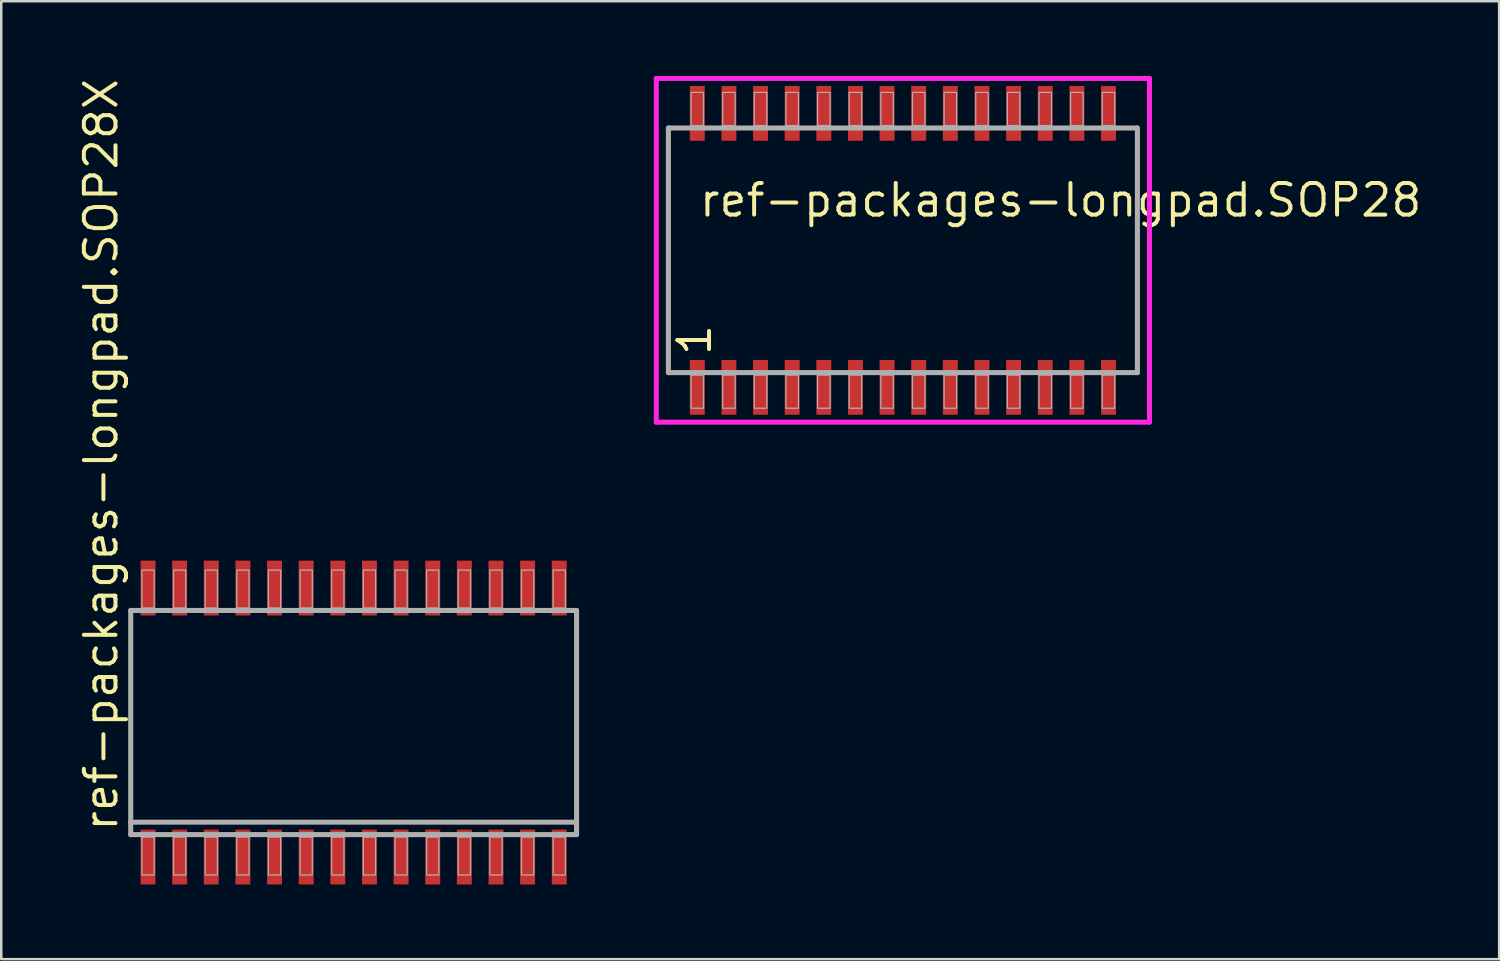
<source format=kicad_pcb>
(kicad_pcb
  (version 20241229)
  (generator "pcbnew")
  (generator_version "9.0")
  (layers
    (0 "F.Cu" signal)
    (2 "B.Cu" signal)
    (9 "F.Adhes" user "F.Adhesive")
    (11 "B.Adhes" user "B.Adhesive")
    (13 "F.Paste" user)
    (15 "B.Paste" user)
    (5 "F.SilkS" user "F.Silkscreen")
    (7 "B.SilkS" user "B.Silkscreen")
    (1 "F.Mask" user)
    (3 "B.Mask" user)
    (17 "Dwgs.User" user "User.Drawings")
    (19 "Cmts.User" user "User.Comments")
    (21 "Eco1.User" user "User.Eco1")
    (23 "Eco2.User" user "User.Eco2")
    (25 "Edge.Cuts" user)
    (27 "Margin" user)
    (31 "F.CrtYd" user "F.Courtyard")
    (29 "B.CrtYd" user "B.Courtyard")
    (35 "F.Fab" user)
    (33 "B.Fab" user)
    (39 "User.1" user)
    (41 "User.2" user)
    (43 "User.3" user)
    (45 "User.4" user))
  (footprint "ref-packages-longpad.SOP28"
    (layer "F.Cu")
    (at 33.2 7)
    (property "Reference" "ref-packages-longpad.SOP28" (at -8.255 -1.27 0) (layer "F.SilkS") (effects (font (size 1.27 1.27) (thickness 0.16)) (justify left bottom)))
    (attr smd)
    (fp_line (start -9.9 -6.9) (end 9.9 -6.9) (stroke (width 0.2) (type default)) (layer "F.CrtYd"))
    (fp_line (start -9.9 6.9) (end -9.9 -6.9) (stroke (width 0.2) (type default)) (layer "F.CrtYd"))
    (fp_line (start 9.9 -6.9) (end 9.9 6.9) (stroke (width 0.2) (type default)) (layer "F.CrtYd"))
    (fp_line (start 9.9 6.9) (end -9.9 6.9) (stroke (width 0.2) (type default)) (layer "F.CrtYd"))
    (fp_line (start -9.415 -4.91) (end 9.415 -4.91) (stroke (width 0.203) (type default)) (layer "F.Fab"))
    (fp_line (start -9.415 4.91) (end -9.415 -4.91) (stroke (width 0.203) (type default)) (layer "F.Fab"))
    (fp_line (start 9.415 -4.91) (end 9.415 4.91) (stroke (width 0.203) (type default)) (layer "F.Fab"))
    (fp_line (start 9.415 4.91) (end -9.415 4.91) (stroke (width 0.203) (type default)) (layer "F.Fab"))
    (fp_rect (start -8.505 -5.01) (end -8.005 -6.34) (stroke (width 0.05) (type default)) (fill no) (layer "F.Fab"))
    (fp_rect (start -8.505 6.34) (end -8.005 5.01) (stroke (width 0.05) (type default)) (fill no) (layer "F.Fab"))
    (fp_rect (start -7.235 -5.01) (end -6.735 -6.34) (stroke (width 0.05) (type default)) (fill no) (layer "F.Fab"))
    (fp_rect (start -7.235 6.34) (end -6.735 5.01) (stroke (width 0.05) (type default)) (fill no) (layer "F.Fab"))
    (fp_rect (start -5.965 -5.01) (end -5.465 -6.34) (stroke (width 0.05) (type default)) (fill no) (layer "F.Fab"))
    (fp_rect (start -5.965 6.34) (end -5.465 5.01) (stroke (width 0.05) (type default)) (fill no) (layer "F.Fab"))
    (fp_rect (start -4.695 -5.01) (end -4.195 -6.34) (stroke (width 0.05) (type default)) (fill no) (layer "F.Fab"))
    (fp_rect (start -4.695 6.34) (end -4.195 5.01) (stroke (width 0.05) (type default)) (fill no) (layer "F.Fab"))
    (fp_rect (start -3.425 -5.01) (end -2.925 -6.34) (stroke (width 0.05) (type default)) (fill no) (layer "F.Fab"))
    (fp_rect (start -3.425 6.34) (end -2.925 5.01) (stroke (width 0.05) (type default)) (fill no) (layer "F.Fab"))
    (fp_rect (start -2.155 -5.01) (end -1.655 -6.34) (stroke (width 0.05) (type default)) (fill no) (layer "F.Fab"))
    (fp_rect (start -2.155 6.34) (end -1.655 5.01) (stroke (width 0.05) (type default)) (fill no) (layer "F.Fab"))
    (fp_rect (start -0.885 -5.01) (end -0.385 -6.34) (stroke (width 0.05) (type default)) (fill no) (layer "F.Fab"))
    (fp_rect (start -0.885 6.34) (end -0.385 5.01) (stroke (width 0.05) (type default)) (fill no) (layer "F.Fab"))
    (fp_rect (start 0.385 -5.01) (end 0.885 -6.34) (stroke (width 0.05) (type default)) (fill no) (layer "F.Fab"))
    (fp_rect (start 0.385 6.34) (end 0.885 5.01) (stroke (width 0.05) (type default)) (fill no) (layer "F.Fab"))
    (fp_rect (start 1.655 -5.01) (end 2.155 -6.34) (stroke (width 0.05) (type default)) (fill no) (layer "F.Fab"))
    (fp_rect (start 1.655 6.34) (end 2.155 5.01) (stroke (width 0.05) (type default)) (fill no) (layer "F.Fab"))
    (fp_rect (start 2.925 -5.01) (end 3.425 -6.34) (stroke (width 0.05) (type default)) (fill no) (layer "F.Fab"))
    (fp_rect (start 2.925 6.34) (end 3.425 5.01) (stroke (width 0.05) (type default)) (fill no) (layer "F.Fab"))
    (fp_rect (start 4.195 -5.01) (end 4.695 -6.34) (stroke (width 0.05) (type default)) (fill no) (layer "F.Fab"))
    (fp_rect (start 4.195 6.34) (end 4.695 5.01) (stroke (width 0.05) (type default)) (fill no) (layer "F.Fab"))
    (fp_rect (start 5.465 -5.01) (end 5.965 -6.34) (stroke (width 0.05) (type default)) (fill no) (layer "F.Fab"))
    (fp_rect (start 5.465 6.34) (end 5.965 5.01) (stroke (width 0.05) (type default)) (fill no) (layer "F.Fab"))
    (fp_rect (start 6.735 -5.01) (end 7.235 -6.34) (stroke (width 0.05) (type default)) (fill no) (layer "F.Fab"))
    (fp_rect (start 6.735 6.34) (end 7.235 5.01) (stroke (width 0.05) (type default)) (fill no) (layer "F.Fab"))
    (fp_rect (start 8.005 -5.01) (end 8.505 -6.34) (stroke (width 0.05) (type default)) (fill no) (layer "F.Fab"))
    (fp_rect (start 8.005 6.34) (end 8.505 5.01) (stroke (width 0.05) (type default)) (fill no) (layer "F.Fab"))
    (fp_text user "1" (at -7.62 4.31 90) (layer "F.SilkS") (effects (font (size 1.27 1.27) (thickness 0.16)) (justify left bottom)))
    (pad "1" smd roundrect (at -8.255 5.5) (size 0.6 2.2) (layers "F.Cu" "F.Mask" "F.Paste") (roundrect_rratio 0.01))
    (pad "2" smd roundrect (at -6.985 5.5) (size 0.6 2.2) (layers "F.Cu" "F.Mask" "F.Paste") (roundrect_rratio 0.01))
    (pad "3" smd roundrect (at -5.715 5.5) (size 0.6 2.2) (layers "F.Cu" "F.Mask" "F.Paste") (roundrect_rratio 0.01))
    (pad "4" smd roundrect (at -4.445 5.5) (size 0.6 2.2) (layers "F.Cu" "F.Mask" "F.Paste") (roundrect_rratio 0.01))
    (pad "5" smd roundrect (at -3.175 5.5) (size 0.6 2.2) (layers "F.Cu" "F.Mask" "F.Paste") (roundrect_rratio 0.01))
    (pad "6" smd roundrect (at -1.905 5.5) (size 0.6 2.2) (layers "F.Cu" "F.Mask" "F.Paste") (roundrect_rratio 0.01))
    (pad "7" smd roundrect (at -0.635 5.5) (size 0.6 2.2) (layers "F.Cu" "F.Mask" "F.Paste") (roundrect_rratio 0.01))
    (pad "8" smd roundrect (at 0.635 5.5) (size 0.6 2.2) (layers "F.Cu" "F.Mask" "F.Paste") (roundrect_rratio 0.01))
    (pad "9" smd roundrect (at 1.905 5.5) (size 0.6 2.2) (layers "F.Cu" "F.Mask" "F.Paste") (roundrect_rratio 0.01))
    (pad "10" smd roundrect (at 3.175 5.5) (size 0.6 2.2) (layers "F.Cu" "F.Mask" "F.Paste") (roundrect_rratio 0.01))
    (pad "11" smd roundrect (at 4.445 5.5) (size 0.6 2.2) (layers "F.Cu" "F.Mask" "F.Paste") (roundrect_rratio 0.01))
    (pad "12" smd roundrect (at 5.715 5.5) (size 0.6 2.2) (layers "F.Cu" "F.Mask" "F.Paste") (roundrect_rratio 0.01))
    (pad "13" smd roundrect (at 6.985 5.5) (size 0.6 2.2) (layers "F.Cu" "F.Mask" "F.Paste") (roundrect_rratio 0.01))
    (pad "14" smd roundrect (at 8.255 5.5) (size 0.6 2.2) (layers "F.Cu" "F.Mask" "F.Paste") (roundrect_rratio 0.01))
    (pad "15" smd roundrect (at 8.255 -5.5) (size 0.6 2.2) (layers "F.Cu" "F.Mask" "F.Paste") (roundrect_rratio 0.01))
    (pad "16" smd roundrect (at 6.985 -5.5) (size 0.6 2.2) (layers "F.Cu" "F.Mask" "F.Paste") (roundrect_rratio 0.01))
    (pad "17" smd roundrect (at 5.715 -5.5) (size 0.6 2.2) (layers "F.Cu" "F.Mask" "F.Paste") (roundrect_rratio 0.01))
    (pad "18" smd roundrect (at 4.445 -5.5) (size 0.6 2.2) (layers "F.Cu" "F.Mask" "F.Paste") (roundrect_rratio 0.01))
    (pad "19" smd roundrect (at 3.175 -5.5) (size 0.6 2.2) (layers "F.Cu" "F.Mask" "F.Paste") (roundrect_rratio 0.01))
    (pad "20" smd roundrect (at 1.905 -5.5) (size 0.6 2.2) (layers "F.Cu" "F.Mask" "F.Paste") (roundrect_rratio 0.01))
    (pad "21" smd roundrect (at 0.635 -5.5) (size 0.6 2.2) (layers "F.Cu" "F.Mask" "F.Paste") (roundrect_rratio 0.01))
    (pad "22" smd roundrect (at -0.635 -5.5) (size 0.6 2.2) (layers "F.Cu" "F.Mask" "F.Paste") (roundrect_rratio 0.01))
    (pad "23" smd roundrect (at -1.905 -5.5) (size 0.6 2.2) (layers "F.Cu" "F.Mask" "F.Paste") (roundrect_rratio 0.01))
    (pad "24" smd roundrect (at -3.175 -5.5) (size 0.6 2.2) (layers "F.Cu" "F.Mask" "F.Paste") (roundrect_rratio 0.01))
    (pad "25" smd roundrect (at -4.445 -5.5) (size 0.6 2.2) (layers "F.Cu" "F.Mask" "F.Paste") (roundrect_rratio 0.01))
    (pad "26" smd roundrect (at -5.715 -5.5) (size 0.6 2.2) (layers "F.Cu" "F.Mask" "F.Paste") (roundrect_rratio 0.01))
    (pad "27" smd roundrect (at -6.985 -5.5) (size 0.6 2.2) (layers "F.Cu" "F.Mask" "F.Paste") (roundrect_rratio 0.01))
    (pad "28" smd roundrect (at -8.255 -5.5) (size 0.6 2.2) (layers "F.Cu" "F.Mask" "F.Paste") (roundrect_rratio 0.01)))
  (footprint "ref-packages-longpad.SOP28X"
    (layer "F.Cu")
    (at 11.148 25.959)
    (property "Reference" "ref-packages-longpad.SOP28X" (at -9.398 4.445 90) (layer "F.SilkS") (effects (font (size 1.27 1.27) (thickness 0.16)) (justify left bottom)))
    (attr smd)
    (fp_line (start -8.95 -4.5) (end 8.95 -4.5) (stroke (width 0.203) (type default)) (layer "F.Fab"))
    (fp_line (start -8.95 4) (end -8.95 -4.5) (stroke (width 0.203) (type default)) (layer "F.Fab"))
    (fp_line (start -8.95 4.5) (end -8.95 4) (stroke (width 0.203) (type default)) (layer "F.Fab"))
    (fp_line (start 8.95 -4.5) (end 8.95 4) (stroke (width 0.203) (type default)) (layer "F.Fab"))
    (fp_line (start 8.95 4) (end -8.95 4) (stroke (width 0.203) (type default)) (layer "F.Fab"))
    (fp_line (start 8.95 4) (end 8.95 4.5) (stroke (width 0.203) (type default)) (layer "F.Fab"))
    (fp_line (start 8.95 4.5) (end -8.95 4.5) (stroke (width 0.203) (type default)) (layer "F.Fab"))
    (fp_rect (start -8.5 -4.6) (end -8.01 -6.12) (stroke (width 0.05) (type default)) (fill no) (layer "F.Fab"))
    (fp_rect (start -8.5 6.12) (end -8.01 4.6) (stroke (width 0.05) (type default)) (fill no) (layer "F.Fab"))
    (fp_rect (start -7.23 -4.6) (end -6.74 -6.12) (stroke (width 0.05) (type default)) (fill no) (layer "F.Fab"))
    (fp_rect (start -7.23 6.12) (end -6.74 4.6) (stroke (width 0.05) (type default)) (fill no) (layer "F.Fab"))
    (fp_rect (start -5.96 -4.6) (end -5.47 -6.12) (stroke (width 0.05) (type default)) (fill no) (layer "F.Fab"))
    (fp_rect (start -5.96 6.12) (end -5.47 4.6) (stroke (width 0.05) (type default)) (fill no) (layer "F.Fab"))
    (fp_rect (start -4.69 -4.6) (end -4.2 -6.12) (stroke (width 0.05) (type default)) (fill no) (layer "F.Fab"))
    (fp_rect (start -4.69 6.12) (end -4.2 4.6) (stroke (width 0.05) (type default)) (fill no) (layer "F.Fab"))
    (fp_rect (start -3.42 -4.6) (end -2.93 -6.12) (stroke (width 0.05) (type default)) (fill no) (layer "F.Fab"))
    (fp_rect (start -3.42 6.12) (end -2.93 4.6) (stroke (width 0.05) (type default)) (fill no) (layer "F.Fab"))
    (fp_rect (start -2.15 -4.6) (end -1.66 -6.12) (stroke (width 0.05) (type default)) (fill no) (layer "F.Fab"))
    (fp_rect (start -2.15 6.12) (end -1.66 4.6) (stroke (width 0.05) (type default)) (fill no) (layer "F.Fab"))
    (fp_rect (start -0.88 -4.6) (end -0.39 -6.12) (stroke (width 0.05) (type default)) (fill no) (layer "F.Fab"))
    (fp_rect (start -0.88 6.12) (end -0.39 4.6) (stroke (width 0.05) (type default)) (fill no) (layer "F.Fab"))
    (fp_rect (start 0.39 -4.6) (end 0.88 -6.12) (stroke (width 0.05) (type default)) (fill no) (layer "F.Fab"))
    (fp_rect (start 0.39 6.12) (end 0.88 4.6) (stroke (width 0.05) (type default)) (fill no) (layer "F.Fab"))
    (fp_rect (start 1.66 -4.6) (end 2.15 -6.12) (stroke (width 0.05) (type default)) (fill no) (layer "F.Fab"))
    (fp_rect (start 1.66 6.12) (end 2.15 4.6) (stroke (width 0.05) (type default)) (fill no) (layer "F.Fab"))
    (fp_rect (start 2.93 -4.6) (end 3.42 -6.12) (stroke (width 0.05) (type default)) (fill no) (layer "F.Fab"))
    (fp_rect (start 2.93 6.12) (end 3.42 4.6) (stroke (width 0.05) (type default)) (fill no) (layer "F.Fab"))
    (fp_rect (start 4.2 -4.6) (end 4.69 -6.12) (stroke (width 0.05) (type default)) (fill no) (layer "F.Fab"))
    (fp_rect (start 4.2 6.12) (end 4.69 4.6) (stroke (width 0.05) (type default)) (fill no) (layer "F.Fab"))
    (fp_rect (start 5.47 -4.6) (end 5.96 -6.12) (stroke (width 0.05) (type default)) (fill no) (layer "F.Fab"))
    (fp_rect (start 5.47 6.12) (end 5.96 4.6) (stroke (width 0.05) (type default)) (fill no) (layer "F.Fab"))
    (fp_rect (start 6.74 -4.6) (end 7.23 -6.12) (stroke (width 0.05) (type default)) (fill no) (layer "F.Fab"))
    (fp_rect (start 6.74 6.12) (end 7.23 4.6) (stroke (width 0.05) (type default)) (fill no) (layer "F.Fab"))
    (fp_rect (start 8.01 -4.6) (end 8.5 -6.12) (stroke (width 0.05) (type default)) (fill no) (layer "F.Fab"))
    (fp_rect (start 8.01 6.12) (end 8.5 4.6) (stroke (width 0.05) (type default)) (fill no) (layer "F.Fab"))
    (pad "1" smd roundrect (at -8.255 5.4) (size 0.6 2.2) (layers "F.Cu" "F.Mask" "F.Paste") (roundrect_rratio 0.01))
    (pad "2" smd roundrect (at -6.985 5.4) (size 0.6 2.2) (layers "F.Cu" "F.Mask" "F.Paste") (roundrect_rratio 0.01))
    (pad "3" smd roundrect (at -5.715 5.4) (size 0.6 2.2) (layers "F.Cu" "F.Mask" "F.Paste") (roundrect_rratio 0.01))
    (pad "4" smd roundrect (at -4.445 5.4) (size 0.6 2.2) (layers "F.Cu" "F.Mask" "F.Paste") (roundrect_rratio 0.01))
    (pad "5" smd roundrect (at -3.175 5.4) (size 0.6 2.2) (layers "F.Cu" "F.Mask" "F.Paste") (roundrect_rratio 0.01))
    (pad "6" smd roundrect (at -1.905 5.4) (size 0.6 2.2) (layers "F.Cu" "F.Mask" "F.Paste") (roundrect_rratio 0.01))
    (pad "7" smd roundrect (at -0.635 5.4) (size 0.6 2.2) (layers "F.Cu" "F.Mask" "F.Paste") (roundrect_rratio 0.01))
    (pad "8" smd roundrect (at 0.635 5.4) (size 0.6 2.2) (layers "F.Cu" "F.Mask" "F.Paste") (roundrect_rratio 0.01))
    (pad "9" smd roundrect (at 1.905 5.4) (size 0.6 2.2) (layers "F.Cu" "F.Mask" "F.Paste") (roundrect_rratio 0.01))
    (pad "10" smd roundrect (at 3.175 5.4) (size 0.6 2.2) (layers "F.Cu" "F.Mask" "F.Paste") (roundrect_rratio 0.01))
    (pad "11" smd roundrect (at 4.445 5.4) (size 0.6 2.2) (layers "F.Cu" "F.Mask" "F.Paste") (roundrect_rratio 0.01))
    (pad "12" smd roundrect (at 5.715 5.4) (size 0.6 2.2) (layers "F.Cu" "F.Mask" "F.Paste") (roundrect_rratio 0.01))
    (pad "13" smd roundrect (at 6.985 5.4) (size 0.6 2.2) (layers "F.Cu" "F.Mask" "F.Paste") (roundrect_rratio 0.01))
    (pad "14" smd roundrect (at 8.255 5.4) (size 0.6 2.2) (layers "F.Cu" "F.Mask" "F.Paste") (roundrect_rratio 0.01))
    (pad "15" smd roundrect (at 8.255 -5.4) (size 0.6 2.2) (layers "F.Cu" "F.Mask" "F.Paste") (roundrect_rratio 0.01))
    (pad "16" smd roundrect (at 6.985 -5.4) (size 0.6 2.2) (layers "F.Cu" "F.Mask" "F.Paste") (roundrect_rratio 0.01))
    (pad "17" smd roundrect (at 5.715 -5.4) (size 0.6 2.2) (layers "F.Cu" "F.Mask" "F.Paste") (roundrect_rratio 0.01))
    (pad "18" smd roundrect (at 4.445 -5.4) (size 0.6 2.2) (layers "F.Cu" "F.Mask" "F.Paste") (roundrect_rratio 0.01))
    (pad "19" smd roundrect (at 3.175 -5.4) (size 0.6 2.2) (layers "F.Cu" "F.Mask" "F.Paste") (roundrect_rratio 0.01))
    (pad "20" smd roundrect (at 1.905 -5.4) (size 0.6 2.2) (layers "F.Cu" "F.Mask" "F.Paste") (roundrect_rratio 0.01))
    (pad "21" smd roundrect (at 0.635 -5.4) (size 0.6 2.2) (layers "F.Cu" "F.Mask" "F.Paste") (roundrect_rratio 0.01))
    (pad "22" smd roundrect (at -0.635 -5.4) (size 0.6 2.2) (layers "F.Cu" "F.Mask" "F.Paste") (roundrect_rratio 0.01))
    (pad "23" smd roundrect (at -1.905 -5.4) (size 0.6 2.2) (layers "F.Cu" "F.Mask" "F.Paste") (roundrect_rratio 0.01))
    (pad "24" smd roundrect (at -3.175 -5.4) (size 0.6 2.2) (layers "F.Cu" "F.Mask" "F.Paste") (roundrect_rratio 0.01))
    (pad "25" smd roundrect (at -4.445 -5.4) (size 0.6 2.2) (layers "F.Cu" "F.Mask" "F.Paste") (roundrect_rratio 0.01))
    (pad "26" smd roundrect (at -5.715 -5.4) (size 0.6 2.2) (layers "F.Cu" "F.Mask" "F.Paste") (roundrect_rratio 0.01))
    (pad "27" smd roundrect (at -6.985 -5.4) (size 0.6 2.2) (layers "F.Cu" "F.Mask" "F.Paste") (roundrect_rratio 0.01))
    (pad "28" smd roundrect (at -8.255 -5.4) (size 0.6 2.2) (layers "F.Cu" "F.Mask" "F.Paste") (roundrect_rratio 0.01)))
  (gr_rect
    (start -3 -3)
    (end 57.139 35.459)
    (stroke (width 0.1) (type default))
    (fill no)
    (layer "Edge.Cuts")))
</source>
